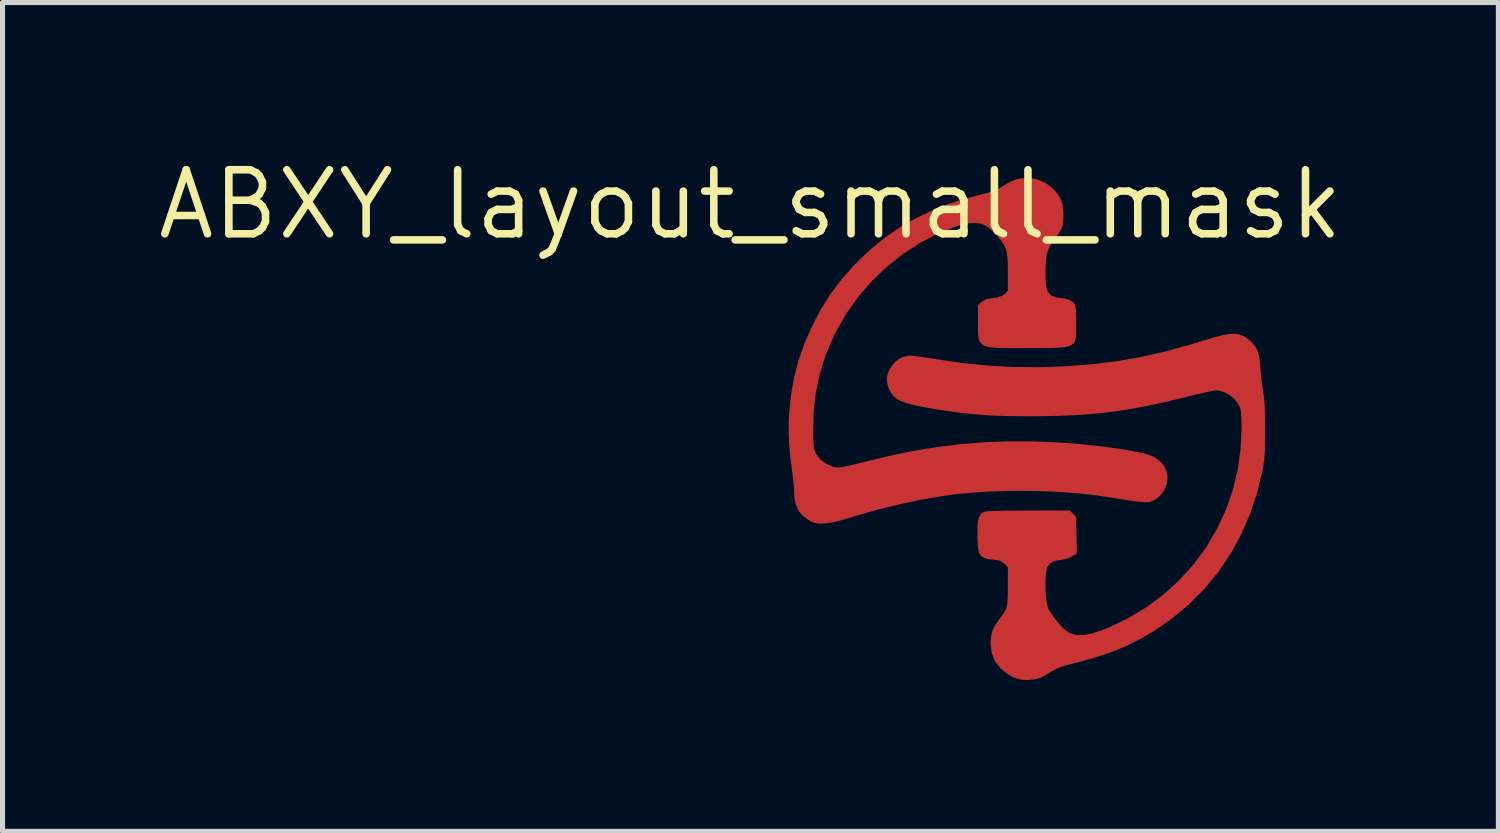
<source format=kicad_pcb>
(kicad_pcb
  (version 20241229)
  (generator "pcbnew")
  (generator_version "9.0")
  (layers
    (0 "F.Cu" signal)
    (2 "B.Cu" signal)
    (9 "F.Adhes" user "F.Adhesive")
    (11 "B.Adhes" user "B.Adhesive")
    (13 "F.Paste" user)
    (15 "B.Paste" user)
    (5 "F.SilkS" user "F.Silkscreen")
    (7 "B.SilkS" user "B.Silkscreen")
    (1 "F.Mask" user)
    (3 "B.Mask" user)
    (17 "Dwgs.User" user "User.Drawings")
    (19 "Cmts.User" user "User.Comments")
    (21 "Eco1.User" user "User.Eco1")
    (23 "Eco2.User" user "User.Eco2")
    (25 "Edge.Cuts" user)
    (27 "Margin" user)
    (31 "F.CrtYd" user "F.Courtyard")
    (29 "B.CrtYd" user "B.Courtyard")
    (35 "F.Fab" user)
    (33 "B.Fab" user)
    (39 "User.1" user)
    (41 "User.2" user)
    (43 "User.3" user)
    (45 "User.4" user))
  (footprint "ABXY_layout_small_mask"
    (layer "F.Cu")
    (at 17.33 5.456)
    (property "Reference" "ABXY_layout_small_mask" (at -5.5 -4.45 0) (layer "F.SilkS") (effects (font (size 1.27 1.27) (thickness 0.15))))
    (attr through_hole)
    (fp_poly (pts (xy 0.382 -3.99) (xy 0.41 -3.987) (xy 0.813 -3.923) (xy 1.202 -3.82) (xy 1.575 -3.681) (xy 1.93 -3.507) (xy 2.264 -3.3) (xy 2.575 -3.063) (xy 2.861 -2.798) (xy 3.121 -2.505) (xy 3.351 -2.189) (xy 3.551 -1.849) (xy 3.717 -1.489) (xy 3.848 -1.11) (xy 3.942 -0.715) (xy 3.95 -0.668) (xy 3.998 -0.267) (xy 4.005 0.134) (xy 3.971 0.532) (xy 3.898 0.924) (xy 3.787 1.306) (xy 3.639 1.675) (xy 3.454 2.029) (xy 3.234 2.364) (xy 2.98 2.678) (xy 2.813 2.852) (xy 2.695 2.967) (xy 2.597 3.059) (xy 2.509 3.134) (xy 2.423 3.202) (xy 2.328 3.27) (xy 2.217 3.345) (xy 2.213 3.347) (xy 1.882 3.543) (xy 1.534 3.706) (xy 1.175 3.836) (xy 0.813 3.93) (xy 0.452 3.985) (xy 0.372 3.991) (xy 0.139 4.004) (xy -0.083 4.009) (xy -0.287 4.005) (xy -0.461 3.994) (xy -0.507 3.988) (xy -0.588 3.976) (xy -0.695 3.955) (xy -0.814 3.93) (xy -0.914 3.907) (xy -1.313 3.789) (xy -1.692 3.635) (xy -2.051 3.446) (xy -2.386 3.223) (xy -2.696 2.969) (xy -2.979 2.684) (xy -3.232 2.371) (xy -3.454 2.031) (xy -3.6 1.758) (xy -3.76 1.382) (xy -3.88 0.999) (xy -3.96 0.612) (xy -4.001 0.224) (xy -4.004 -0.162) (xy -3.97 -0.545) (xy -3.9 -0.921) (xy -3.794 -1.288) (xy -3.654 -1.644) (xy -3.479 -1.985) (xy -3.272 -2.309) (xy -3.033 -2.614) (xy -2.763 -2.898) (xy -2.462 -3.156) (xy -2.132 -3.388) (xy -1.847 -3.553) (xy -1.501 -3.712) (xy -1.136 -3.838) (xy -0.758 -3.93) (xy -0.375 -3.987) (xy 0.008 -4.008) (xy 0.382 -3.99)) (stroke (width 0.01) (type solid)) (fill yes) (layer "F.Mask"))
    (pad "1" smd custom (at 0 -4.25) (size 1.4 1.4) (layers "F.Cu" "F.Mask" "F.Paste") (options (anchor circle)) (primitives (gr_poly (pts (xy 0.202 -0.691) (xy 0.356 -0.622) (xy 0.492 -0.517) (xy 0.512 -0.495) (xy 0.596 -0.394) (xy 0.652 -0.297) (xy 0.685 -0.19) (xy 0.699 -0.061) (xy 0.7 0.007) (xy 0.698 0.108) (xy 0.692 0.179) (xy 0.679 0.235) (xy 0.657 0.289) (xy 0.644 0.315) (xy 0.597 0.392) (xy 0.538 0.478) (xy 0.5 0.527) (xy 0.444 0.603) (xy 0.403 0.683) (xy 0.374 0.775) (xy 0.357 0.887) (xy 0.348 1.027) (xy 0.346 1.134) (xy 0.348 1.282) (xy 0.356 1.394) (xy 0.373 1.478) (xy 0.401 1.54) (xy 0.44 1.586) (xy 0.482 1.616) (xy 0.564 1.648) (xy 0.647 1.659) (xy 0.746 1.671) (xy 0.834 1.701) (xy 0.901 1.746) (xy 0.937 1.799) (xy 0.937 1.8) (xy 0.943 1.842) (xy 0.948 1.917) (xy 0.952 2.016) (xy 0.954 2.128) (xy 0.954 2.167) (xy 0.954 2.278) (xy 0.953 2.371) (xy 0.946 2.447) (xy 0.93 2.506) (xy 0.902 2.552) (xy 0.857 2.587) (xy 0.792 2.61) (xy 0.704 2.626) (xy 0.588 2.635) (xy 0.442 2.639) (xy 0.261 2.641) (xy 0.042 2.641) (xy 0.001 2.641) (xy -0.228 2.642) (xy -0.419 2.641) (xy -0.575 2.638) (xy -0.699 2.63) (xy -0.795 2.615) (xy -0.867 2.592) (xy -0.917 2.558) (xy -0.951 2.512) (xy -0.971 2.451) (xy -0.98 2.375) (xy -0.983 2.28) (xy -0.983 2.166) (xy -0.983 2.119) (xy -0.983 1.803) (xy -0.924 1.744) (xy -0.841 1.69) (xy -0.775 1.672) (xy -0.692 1.659) (xy -0.606 1.647) (xy -0.598 1.645) (xy -0.501 1.612) (xy -0.449 1.573) (xy -0.39 1.514) (xy -0.391 1.136) (xy -0.392 0.974) (xy -0.399 0.846) (xy -0.413 0.742) (xy -0.439 0.656) (xy -0.479 0.577) (xy -0.536 0.498) (xy -0.614 0.409) (xy -0.682 0.338) (xy -0.782 0.248) (xy -0.885 0.189) (xy -0.996 0.16) (xy -1.123 0.159) (xy -1.271 0.185) (xy -1.422 0.23) (xy -1.79 0.375) (xy -2.144 0.558) (xy -2.48 0.777) (xy -2.797 1.028) (xy -3.091 1.309) (xy -3.358 1.616) (xy -3.595 1.948) (xy -3.8 2.302) (xy -3.859 2.421) (xy -4.016 2.79) (xy -4.133 3.164) (xy -4.212 3.547) (xy -4.254 3.944) (xy -4.26 4.339) (xy -4.257 4.463) (xy -4.253 4.554) (xy -4.246 4.619) (xy -4.236 4.667) (xy -4.221 4.707) (xy -4.201 4.747) (xy -4.2 4.748) (xy -4.114 4.86) (xy -3.999 4.946) (xy -3.866 5.001) (xy -3.85 5.005) (xy -3.812 5.013) (xy -3.777 5.017) (xy -3.738 5.018) (xy -3.691 5.013) (xy -3.628 5.001) (xy -3.545 4.983) (xy -3.435 4.957) (xy -3.293 4.922) (xy -3.209 4.901) (xy -2.874 4.82) (xy -2.569 4.751) (xy -2.283 4.694) (xy -2.006 4.646) (xy -1.727 4.605) (xy -1.436 4.569) (xy -1.258 4.55) (xy -0.839 4.517) (xy -0.395 4.501) (xy 0.064 4.502) (xy 0.53 4.518) (xy 0.992 4.55) (xy 1.443 4.596) (xy 1.872 4.657) (xy 2.272 4.731) (xy 2.315 4.741) (xy 2.463 4.79) (xy 2.585 4.865) (xy 2.68 4.961) (xy 2.742 5.074) (xy 2.767 5.2) (xy 2.767 5.212) (xy 2.75 5.339) (xy 2.701 5.458) (xy 2.627 5.561) (xy 2.534 5.641) (xy 2.428 5.689) (xy 2.407 5.694) (xy 2.337 5.698) (xy 2.231 5.692) (xy 2.088 5.675) (xy 1.906 5.648) (xy 1.726 5.617) (xy 1.373 5.562) (xy 0.989 5.52) (xy 0.583 5.491) (xy 0.164 5.475) (xy -0.258 5.472) (xy -0.674 5.481) (xy -1.074 5.505) (xy -1.45 5.542) (xy -1.47 5.544) (xy -1.824 5.596) (xy -2.203 5.666) (xy -2.593 5.75) (xy -2.981 5.845) (xy -3.353 5.95) (xy -3.512 5.999) (xy -3.715 6.059) (xy -3.885 6.099) (xy -4.027 6.119) (xy -4.143 6.121) (xy -4.239 6.104) (xy -4.302 6.078) (xy -4.438 5.986) (xy -4.537 5.873) (xy -4.599 5.738) (xy -4.626 5.582) (xy -4.627 5.533) (xy -4.63 5.448) (xy -4.639 5.337) (xy -4.651 5.213) (xy -4.667 5.092) (xy -4.705 4.792) (xy -4.729 4.523) (xy -4.738 4.274) (xy -4.734 4.038) (xy -4.728 3.95) (xy -4.689 3.568) (xy -4.625 3.212) (xy -4.535 2.871) (xy -4.415 2.535) (xy -4.276 2.219) (xy -4.101 1.884) (xy -3.91 1.579) (xy -3.695 1.293) (xy -3.448 1.014) (xy -3.353 0.917) (xy -3.089 0.669) (xy -2.82 0.452) (xy -2.538 0.26) (xy -2.23 0.084) (xy -2.052 -0.005) (xy -1.846 -0.099) (xy -1.644 -0.181) (xy -1.433 -0.253) (xy -1.202 -0.321) (xy -0.993 -0.375) (xy -0.836 -0.416) (xy -0.715 -0.453) (xy -0.623 -0.487) (xy -0.556 -0.521) (xy -0.549 -0.526) (xy -0.436 -0.595) (xy -0.349 -0.644) (xy -0.277 -0.677) (xy -0.213 -0.698) (xy -0.145 -0.712) (xy -0.144 -0.713) (xy 0.034 -0.722)) (width 0.01) (fill yes))))
    (pad "2" smd custom (at 0 4.25) (size 1.4 1.4) (layers "F.Cu" "F.Mask" "F.Paste") (options (anchor circle)) (primitives (gr_poly (pts (xy 4.171 -6.125) (xy 4.252 -6.099) (xy 4.327 -6.056) (xy 4.401 -5.996) (xy 4.422 -5.977) (xy 4.482 -5.914) (xy 4.526 -5.852) (xy 4.558 -5.781) (xy 4.58 -5.693) (xy 4.596 -5.578) (xy 4.606 -5.462) (xy 4.618 -5.333) (xy 4.633 -5.196) (xy 4.649 -5.069) (xy 4.663 -4.98) (xy 4.676 -4.897) (xy 4.685 -4.804) (xy 4.692 -4.694) (xy 4.697 -4.56) (xy 4.699 -4.396) (xy 4.7 -4.238) (xy 4.699 -4.063) (xy 4.698 -3.923) (xy 4.695 -3.809) (xy 4.689 -3.715) (xy 4.682 -3.633) (xy 4.671 -3.555) (xy 4.657 -3.473) (xy 4.653 -3.452) (xy 4.546 -3) (xy 4.403 -2.568) (xy 4.225 -2.158) (xy 4.013 -1.771) (xy 3.767 -1.409) (xy 3.489 -1.072) (xy 3.178 -0.762) (xy 2.837 -0.48) (xy 2.475 -0.233) (xy 2.222 -0.087) (xy 1.964 0.042) (xy 1.691 0.156) (xy 1.397 0.257) (xy 1.075 0.351) (xy 0.808 0.417) (xy 0.663 0.458) (xy 0.537 0.515) (xy 0.466 0.556) (xy 0.385 0.605) (xy 0.309 0.647) (xy 0.251 0.677) (xy 0.242 0.681) (xy 0.136 0.71) (xy 0.012 0.723) (xy -0.111 0.719) (xy -0.138 0.715) (xy -0.281 0.671) (xy -0.419 0.593) (xy -0.541 0.489) (xy -0.637 0.367) (xy -0.661 0.322) (xy -0.714 0.173) (xy -0.733 0.008) (xy -0.726 -0.109) (xy -0.708 -0.205) (xy -0.68 -0.287) (xy -0.637 -0.369) (xy -0.57 -0.464) (xy -0.546 -0.496) (xy -0.493 -0.566) (xy -0.454 -0.626) (xy -0.427 -0.684) (xy -0.408 -0.749) (xy -0.397 -0.829) (xy -0.392 -0.931) (xy -0.39 -1.063) (xy -0.39 -1.139) (xy -0.39 -1.512) (xy -0.459 -1.58) (xy -0.501 -1.617) (xy -0.543 -1.64) (xy -0.6 -1.654) (xy -0.683 -1.663) (xy -0.785 -1.676) (xy -0.862 -1.696) (xy -0.917 -1.728) (xy -0.955 -1.78) (xy -0.977 -1.855) (xy -0.989 -1.959) (xy -0.993 -2.098) (xy -0.993 -2.153) (xy -0.993 -2.275) (xy -0.99 -2.362) (xy -0.984 -2.424) (xy -0.975 -2.469) (xy -0.96 -2.505) (xy -0.95 -2.523) (xy -0.913 -2.574) (xy -0.867 -2.6) (xy -0.812 -2.612) (xy -0.77 -2.615) (xy -0.69 -2.618) (xy -0.579 -2.621) (xy -0.442 -2.624) (xy -0.285 -2.626) (xy -0.113 -2.627) (xy 0.056 -2.628) (xy 0.83 -2.629) (xy 0.892 -2.565) (xy 0.954 -2.5) (xy 0.961 -2.145) (xy 0.967 -1.79) (xy 0.885 -1.733) (xy 0.811 -1.694) (xy 0.716 -1.668) (xy 0.648 -1.657) (xy 0.56 -1.644) (xy 0.501 -1.626) (xy 0.457 -1.6) (xy 0.429 -1.574) (xy 0.397 -1.539) (xy 0.377 -1.503) (xy 0.364 -1.454) (xy 0.355 -1.38) (xy 0.35 -1.324) (xy 0.344 -1.189) (xy 0.346 -1.05) (xy 0.355 -0.919) (xy 0.37 -0.803) (xy 0.39 -0.714) (xy 0.404 -0.68) (xy 0.443 -0.616) (xy 0.499 -0.534) (xy 0.566 -0.446) (xy 0.632 -0.365) (xy 0.688 -0.302) (xy 0.708 -0.283) (xy 0.799 -0.216) (xy 0.898 -0.173) (xy 1.008 -0.155) (xy 1.134 -0.162) (xy 1.282 -0.193) (xy 1.455 -0.25) (xy 1.614 -0.312) (xy 1.996 -0.495) (xy 2.358 -0.713) (xy 2.695 -0.964) (xy 3.006 -1.247) (xy 3.288 -1.558) (xy 3.539 -1.897) (xy 3.547 -1.91) (xy 3.758 -2.269) (xy 3.933 -2.646) (xy 4.07 -3.04) (xy 4.168 -3.445) (xy 4.226 -3.858) (xy 4.244 -4.275) (xy 4.242 -4.346) (xy 4.239 -4.467) (xy 4.234 -4.555) (xy 4.228 -4.618) (xy 4.217 -4.664) (xy 4.201 -4.704) (xy 4.179 -4.745) (xy 4.176 -4.751) (xy 4.099 -4.849) (xy 3.998 -4.932) (xy 3.884 -4.991) (xy 3.77 -5.02) (xy 3.739 -5.021) (xy 3.696 -5.016) (xy 3.619 -5.002) (xy 3.514 -4.979) (xy 3.389 -4.951) (xy 3.251 -4.917) (xy 3.163 -4.895) (xy 2.764 -4.798) (xy 2.393 -4.717) (xy 2.04 -4.651) (xy 1.698 -4.599) (xy 1.355 -4.56) (xy 1.003 -4.533) (xy 0.632 -4.516) (xy 0.233 -4.508) (xy 0.044 -4.507) (xy -0.236 -4.509) (xy -0.483 -4.513) (xy -0.706 -4.521) (xy -0.914 -4.534) (xy -1.117 -4.552) (xy -1.323 -4.575) (xy -1.542 -4.604) (xy -1.724 -4.631) (xy -1.954 -4.668) (xy -2.145 -4.704) (xy -2.303 -4.739) (xy -2.43 -4.775) (xy -2.531 -4.816) (xy -2.609 -4.861) (xy -2.669 -4.914) (xy -2.715 -4.977) (xy -2.749 -5.05) (xy -2.775 -5.125) (xy -2.792 -5.227) (xy -2.78 -5.325) (xy -2.735 -5.43) (xy -2.692 -5.5) (xy -2.6 -5.602) (xy -2.488 -5.669) (xy -2.361 -5.698) (xy -2.332 -5.699) (xy -2.276 -5.695) (xy -2.188 -5.685) (xy -2.077 -5.67) (xy -1.953 -5.651) (xy -1.865 -5.636) (xy -1.325 -5.556) (xy -0.803 -5.502) (xy -0.284 -5.474) (xy 0.246 -5.471) (xy 0.34 -5.473) (xy 0.854 -5.495) (xy 1.34 -5.535) (xy 1.81 -5.596) (xy 2.272 -5.679) (xy 2.739 -5.785) (xy 3.221 -5.918) (xy 3.484 -5.999) (xy 3.677 -6.057) (xy 3.837 -6.1) (xy 3.969 -6.125) (xy 4.078 -6.133)) (width 0.01) (fill yes)))))
  (gr_rect
    (start -3 -3)
    (end 26.661 13.434)
    (stroke (width 0.1) (type default))
    (fill no)
    (layer "Edge.Cuts")))
</source>
